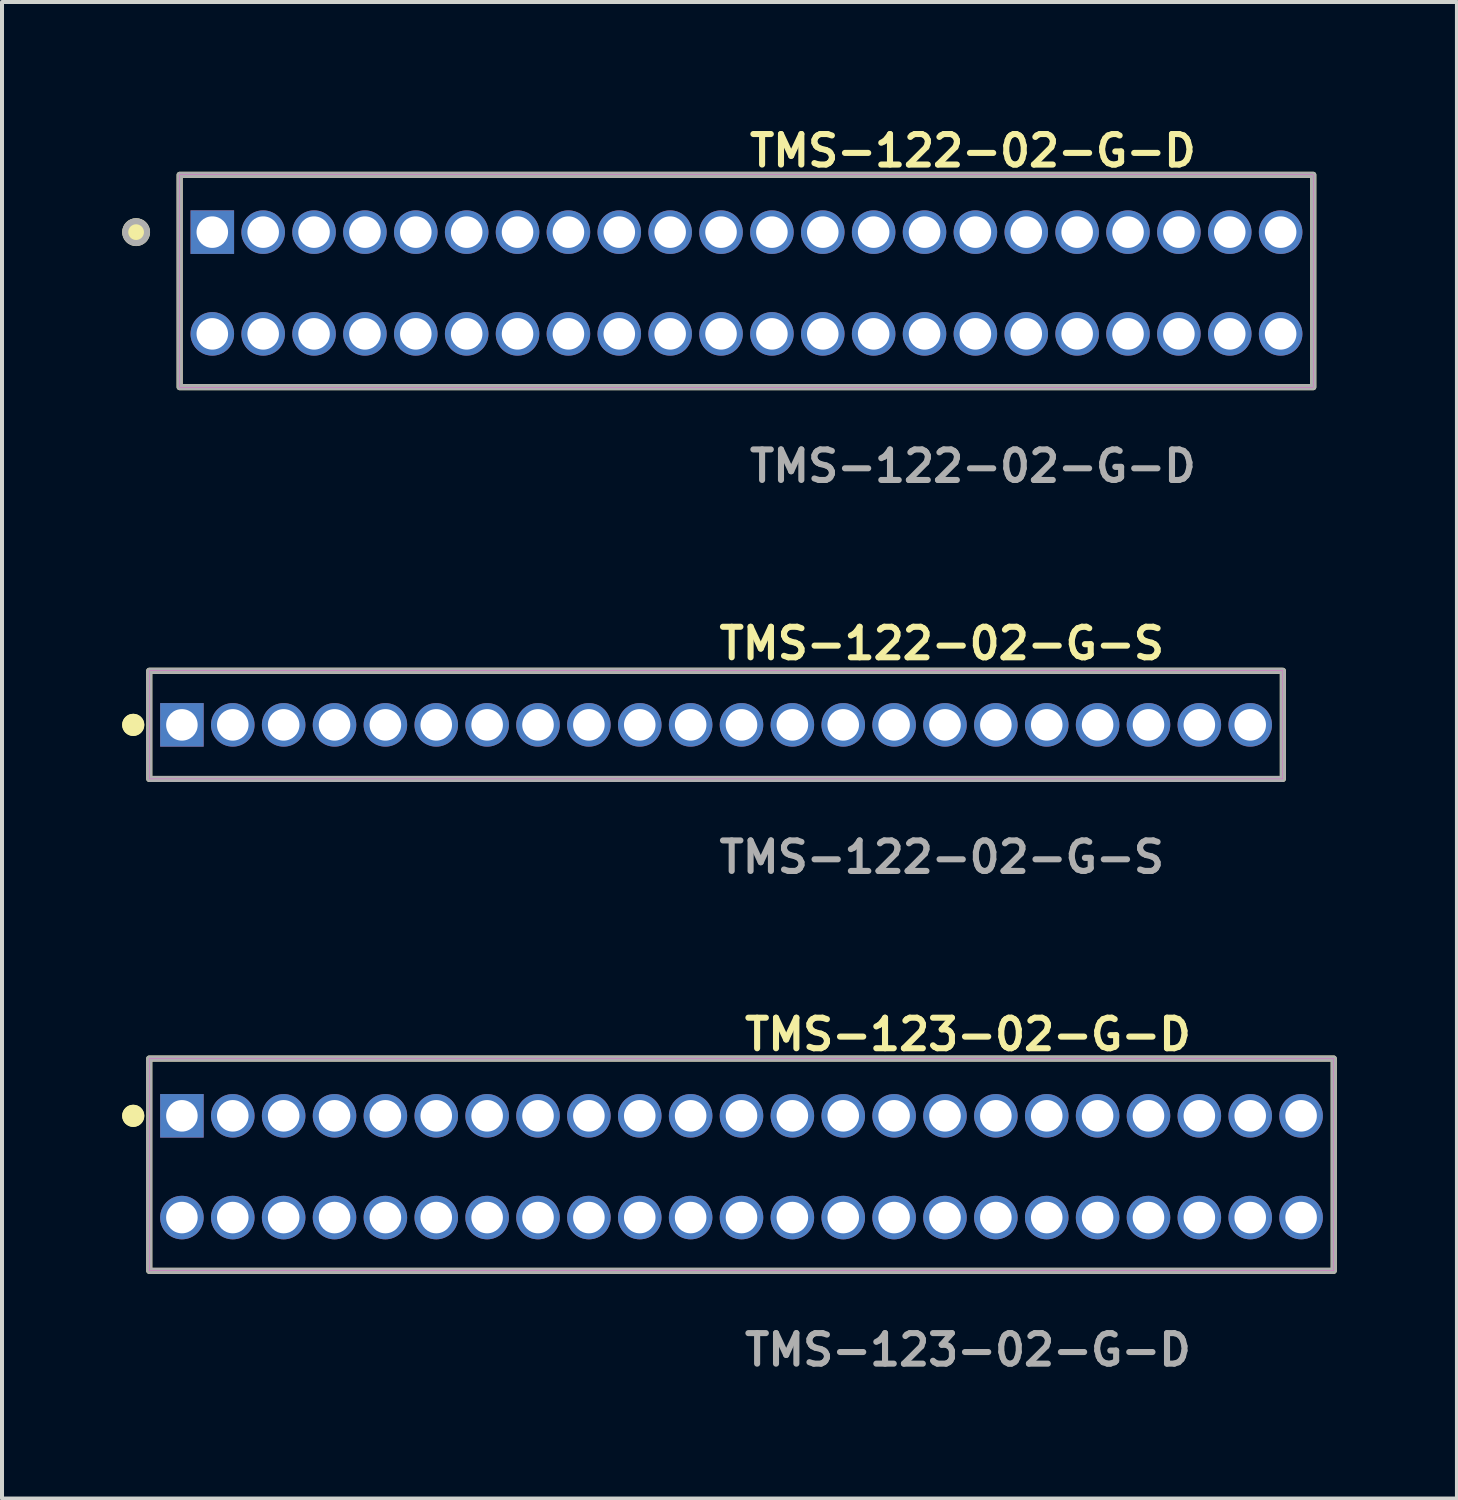
<source format=kicad_pcb>
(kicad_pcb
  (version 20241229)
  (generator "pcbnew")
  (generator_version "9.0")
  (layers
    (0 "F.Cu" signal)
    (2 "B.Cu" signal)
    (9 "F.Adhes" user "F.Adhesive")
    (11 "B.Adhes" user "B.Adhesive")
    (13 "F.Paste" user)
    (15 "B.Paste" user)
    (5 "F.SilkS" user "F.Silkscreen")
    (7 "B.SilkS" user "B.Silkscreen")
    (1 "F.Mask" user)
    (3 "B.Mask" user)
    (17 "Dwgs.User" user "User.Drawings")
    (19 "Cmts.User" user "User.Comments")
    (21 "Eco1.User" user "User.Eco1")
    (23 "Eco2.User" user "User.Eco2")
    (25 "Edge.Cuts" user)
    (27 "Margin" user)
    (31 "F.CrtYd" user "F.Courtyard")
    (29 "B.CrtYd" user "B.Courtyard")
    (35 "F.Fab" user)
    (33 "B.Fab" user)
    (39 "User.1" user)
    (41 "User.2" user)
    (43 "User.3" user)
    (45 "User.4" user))
  (footprint "TMS-122-02-G-D"
    (layer "F.Cu")
    (at 15.585 4.015)
    (property "Reference" "TMS-122-02-G-D" (at 0 -3.302 0) (unlocked yes) (layer "F.SilkS") (effects (font (size 0.762 0.762) (thickness 0.152)) (justify left)))
    (fp_rect (start -14.15 2.6) (end 14.15 -2.7) (stroke (width 0.152) (type solid)) (fill no) (layer "F.SilkS"))
    (fp_circle (center -15.237 -1.27) (end -15.509 -1.27) (stroke (width 0.152) (type solid)) (fill yes) (layer "F.SilkS"))
    (fp_rect (start -14.15 2.6) (end 14.15 -2.7) (stroke (width 0.006) (type solid)) (fill no) (layer "F.CrtYd"))
    (fp_rect (start -14.15 2.6) (end 14.15 -2.7) (stroke (width 0.152) (type solid)) (fill no) (layer "F.Fab"))
    (fp_circle (center -15.237 -1.27) (end -15.509 -1.27) (stroke (width 0.152) (type solid)) (fill no) (layer "F.Fab"))
    (fp_text user "${REFERENCE}" (at 0 4.572 0) (unlocked yes) (layer "F.Fab") (effects (font (size 0.762 0.762) (thickness 0.152)) (justify left)))
    (pad "1" thru_hole rect (at -13.335 -1.27) (size 1.087 1.087) (drill 0.787) (layers "*.Cu" "*.Mask"))
    (pad "2" thru_hole circle (at -13.335 1.27) (size 1.087 1.087) (drill 0.787) (layers "*.Cu" "*.Mask"))
    (pad "3" thru_hole circle (at -12.065 -1.27) (size 1.087 1.087) (drill 0.787) (layers "*.Cu" "*.Mask"))
    (pad "4" thru_hole circle (at -12.065 1.27) (size 1.087 1.087) (drill 0.787) (layers "*.Cu" "*.Mask"))
    (pad "5" thru_hole circle (at -10.795 -1.27) (size 1.087 1.087) (drill 0.787) (layers "*.Cu" "*.Mask"))
    (pad "6" thru_hole circle (at -10.795 1.27) (size 1.087 1.087) (drill 0.787) (layers "*.Cu" "*.Mask"))
    (pad "7" thru_hole circle (at -9.525 -1.27) (size 1.087 1.087) (drill 0.787) (layers "*.Cu" "*.Mask"))
    (pad "8" thru_hole circle (at -9.525 1.27) (size 1.087 1.087) (drill 0.787) (layers "*.Cu" "*.Mask"))
    (pad "9" thru_hole circle (at -8.255 -1.27) (size 1.087 1.087) (drill 0.787) (layers "*.Cu" "*.Mask"))
    (pad "10" thru_hole circle (at -8.255 1.27) (size 1.087 1.087) (drill 0.787) (layers "*.Cu" "*.Mask"))
    (pad "11" thru_hole circle (at -6.985 -1.27) (size 1.087 1.087) (drill 0.787) (layers "*.Cu" "*.Mask"))
    (pad "12" thru_hole circle (at -6.985 1.27) (size 1.087 1.087) (drill 0.787) (layers "*.Cu" "*.Mask"))
    (pad "13" thru_hole circle (at -5.715 -1.27) (size 1.087 1.087) (drill 0.787) (layers "*.Cu" "*.Mask"))
    (pad "14" thru_hole circle (at -5.715 1.27) (size 1.087 1.087) (drill 0.787) (layers "*.Cu" "*.Mask"))
    (pad "15" thru_hole circle (at -4.445 -1.27) (size 1.087 1.087) (drill 0.787) (layers "*.Cu" "*.Mask"))
    (pad "16" thru_hole circle (at -4.445 1.27) (size 1.087 1.087) (drill 0.787) (layers "*.Cu" "*.Mask"))
    (pad "17" thru_hole circle (at -3.175 -1.27) (size 1.087 1.087) (drill 0.787) (layers "*.Cu" "*.Mask"))
    (pad "18" thru_hole circle (at -3.175 1.27) (size 1.087 1.087) (drill 0.787) (layers "*.Cu" "*.Mask"))
    (pad "19" thru_hole circle (at -1.905 -1.27) (size 1.087 1.087) (drill 0.787) (layers "*.Cu" "*.Mask"))
    (pad "20" thru_hole circle (at -1.905 1.27) (size 1.087 1.087) (drill 0.787) (layers "*.Cu" "*.Mask"))
    (pad "21" thru_hole circle (at -0.635 -1.27) (size 1.087 1.087) (drill 0.787) (layers "*.Cu" "*.Mask"))
    (pad "22" thru_hole circle (at -0.635 1.27) (size 1.087 1.087) (drill 0.787) (layers "*.Cu" "*.Mask"))
    (pad "23" thru_hole circle (at 0.635 -1.27) (size 1.087 1.087) (drill 0.787) (layers "*.Cu" "*.Mask"))
    (pad "24" thru_hole circle (at 0.635 1.27) (size 1.087 1.087) (drill 0.787) (layers "*.Cu" "*.Mask"))
    (pad "25" thru_hole circle (at 1.905 -1.27) (size 1.087 1.087) (drill 0.787) (layers "*.Cu" "*.Mask"))
    (pad "26" thru_hole circle (at 1.905 1.27) (size 1.087 1.087) (drill 0.787) (layers "*.Cu" "*.Mask"))
    (pad "27" thru_hole circle (at 3.175 -1.27) (size 1.087 1.087) (drill 0.787) (layers "*.Cu" "*.Mask"))
    (pad "28" thru_hole circle (at 3.175 1.27) (size 1.087 1.087) (drill 0.787) (layers "*.Cu" "*.Mask"))
    (pad "29" thru_hole circle (at 4.445 -1.27) (size 1.087 1.087) (drill 0.787) (layers "*.Cu" "*.Mask"))
    (pad "30" thru_hole circle (at 4.445 1.27) (size 1.087 1.087) (drill 0.787) (layers "*.Cu" "*.Mask"))
    (pad "31" thru_hole circle (at 5.715 -1.27) (size 1.087 1.087) (drill 0.787) (layers "*.Cu" "*.Mask"))
    (pad "32" thru_hole circle (at 5.715 1.27) (size 1.087 1.087) (drill 0.787) (layers "*.Cu" "*.Mask"))
    (pad "33" thru_hole circle (at 6.985 -1.27) (size 1.087 1.087) (drill 0.787) (layers "*.Cu" "*.Mask"))
    (pad "34" thru_hole circle (at 6.985 1.27) (size 1.087 1.087) (drill 0.787) (layers "*.Cu" "*.Mask"))
    (pad "35" thru_hole circle (at 8.255 -1.27) (size 1.087 1.087) (drill 0.787) (layers "*.Cu" "*.Mask"))
    (pad "36" thru_hole circle (at 8.255 1.27) (size 1.087 1.087) (drill 0.787) (layers "*.Cu" "*.Mask"))
    (pad "37" thru_hole circle (at 9.525 -1.27) (size 1.087 1.087) (drill 0.787) (layers "*.Cu" "*.Mask"))
    (pad "38" thru_hole circle (at 9.525 1.27) (size 1.087 1.087) (drill 0.787) (layers "*.Cu" "*.Mask"))
    (pad "39" thru_hole circle (at 10.795 -1.27) (size 1.087 1.087) (drill 0.787) (layers "*.Cu" "*.Mask"))
    (pad "40" thru_hole circle (at 10.795 1.27) (size 1.087 1.087) (drill 0.787) (layers "*.Cu" "*.Mask"))
    (pad "41" thru_hole circle (at 12.065 -1.27) (size 1.087 1.087) (drill 0.787) (layers "*.Cu" "*.Mask"))
    (pad "42" thru_hole circle (at 12.065 1.27) (size 1.087 1.087) (drill 0.787) (layers "*.Cu" "*.Mask"))
    (pad "43" thru_hole circle (at 13.335 -1.27) (size 1.087 1.087) (drill 0.787) (layers "*.Cu" "*.Mask"))
    (pad "44" thru_hole circle (at 13.335 1.27) (size 1.087 1.087) (drill 0.787) (layers "*.Cu" "*.Mask")))
  (footprint "TMS-122-02-G-S"
    (layer "F.Cu")
    (at 14.826 15.046)
    (property "Reference" "TMS-122-02-G-S" (at 0 -2.032 0) (unlocked yes) (layer "F.SilkS") (effects (font (size 0.762 0.762) (thickness 0.152)) (justify left)))
    (fp_rect (start -14.15 1.35) (end 14.15 -1.35) (stroke (width 0.152) (type solid)) (fill no) (layer "F.SilkS"))
    (fp_circle (center -14.55 0) (end -14.75 0) (stroke (width 0.152) (type solid)) (fill yes) (layer "F.SilkS"))
    (fp_circle (center -14.55 0) (end -14.75 0) (stroke (width 0.152) (type solid)) (fill yes) (layer "F.SilkS"))
    (fp_rect (start -14.15 1.35) (end 14.15 -1.35) (stroke (width 0.006) (type solid)) (fill no) (layer "F.CrtYd"))
    (fp_rect (start -14.15 1.35) (end 14.15 -1.35) (stroke (width 0.152) (type solid)) (fill no) (layer "F.Fab"))
    (fp_text user "${REFERENCE}" (at 0 3.302 0) (unlocked yes) (layer "F.Fab") (effects (font (size 0.762 0.762) (thickness 0.152)) (justify left)))
    (pad "1" thru_hole rect (at -13.335 0) (size 1.087 1.087) (drill 0.787) (layers "*.Cu" "*.Mask"))
    (pad "2" thru_hole circle (at -12.065 0) (size 1.087 1.087) (drill 0.787) (layers "*.Cu" "*.Mask"))
    (pad "3" thru_hole circle (at -10.795 0) (size 1.087 1.087) (drill 0.787) (layers "*.Cu" "*.Mask"))
    (pad "4" thru_hole circle (at -9.525 0) (size 1.087 1.087) (drill 0.787) (layers "*.Cu" "*.Mask"))
    (pad "5" thru_hole circle (at -8.255 0) (size 1.087 1.087) (drill 0.787) (layers "*.Cu" "*.Mask"))
    (pad "6" thru_hole circle (at -6.985 0) (size 1.087 1.087) (drill 0.787) (layers "*.Cu" "*.Mask"))
    (pad "7" thru_hole circle (at -5.715 0) (size 1.087 1.087) (drill 0.787) (layers "*.Cu" "*.Mask"))
    (pad "8" thru_hole circle (at -4.445 0) (size 1.087 1.087) (drill 0.787) (layers "*.Cu" "*.Mask"))
    (pad "9" thru_hole circle (at -3.175 0) (size 1.087 1.087) (drill 0.787) (layers "*.Cu" "*.Mask"))
    (pad "10" thru_hole circle (at -1.905 0) (size 1.087 1.087) (drill 0.787) (layers "*.Cu" "*.Mask"))
    (pad "11" thru_hole circle (at -0.635 0) (size 1.087 1.087) (drill 0.787) (layers "*.Cu" "*.Mask"))
    (pad "12" thru_hole circle (at 0.635 0) (size 1.087 1.087) (drill 0.787) (layers "*.Cu" "*.Mask"))
    (pad "13" thru_hole circle (at 1.905 0) (size 1.087 1.087) (drill 0.787) (layers "*.Cu" "*.Mask"))
    (pad "14" thru_hole circle (at 3.175 0) (size 1.087 1.087) (drill 0.787) (layers "*.Cu" "*.Mask"))
    (pad "15" thru_hole circle (at 4.445 0) (size 1.087 1.087) (drill 0.787) (layers "*.Cu" "*.Mask"))
    (pad "16" thru_hole circle (at 5.715 0) (size 1.087 1.087) (drill 0.787) (layers "*.Cu" "*.Mask"))
    (pad "17" thru_hole circle (at 6.985 0) (size 1.087 1.087) (drill 0.787) (layers "*.Cu" "*.Mask"))
    (pad "18" thru_hole circle (at 8.255 0) (size 1.087 1.087) (drill 0.787) (layers "*.Cu" "*.Mask"))
    (pad "19" thru_hole circle (at 9.525 0) (size 1.087 1.087) (drill 0.787) (layers "*.Cu" "*.Mask"))
    (pad "20" thru_hole circle (at 10.795 0) (size 1.087 1.087) (drill 0.787) (layers "*.Cu" "*.Mask"))
    (pad "21" thru_hole circle (at 12.065 0) (size 1.087 1.087) (drill 0.787) (layers "*.Cu" "*.Mask"))
    (pad "22" thru_hole circle (at 13.335 0) (size 1.087 1.087) (drill 0.787) (layers "*.Cu" "*.Mask")))
  (footprint "TMS-123-02-G-D"
    (layer "F.Cu")
    (at 15.461 26.076)
    (property "Reference" "TMS-123-02-G-D" (at 0 -3.302 0) (unlocked yes) (layer "F.SilkS") (effects (font (size 0.762 0.762) (thickness 0.152)) (justify left)))
    (fp_rect (start -14.785 2.6) (end 14.785 -2.7) (stroke (width 0.152) (type solid)) (fill no) (layer "F.SilkS"))
    (fp_circle (center -15.185 -1.27) (end -15.385 -1.27) (stroke (width 0.152) (type solid)) (fill yes) (layer "F.SilkS"))
    (fp_circle (center -15.185 -1.27) (end -15.385 -1.27) (stroke (width 0.152) (type solid)) (fill yes) (layer "F.SilkS"))
    (fp_rect (start -14.785 2.6) (end 14.785 -2.7) (stroke (width 0.006) (type solid)) (fill no) (layer "F.CrtYd"))
    (fp_rect (start -14.785 2.6) (end 14.785 -2.7) (stroke (width 0.152) (type solid)) (fill no) (layer "F.Fab"))
    (fp_text user "${REFERENCE}" (at 0 4.572 0) (unlocked yes) (layer "F.Fab") (effects (font (size 0.762 0.762) (thickness 0.152)) (justify left)))
    (pad "1" thru_hole rect (at -13.97 -1.27) (size 1.087 1.087) (drill 0.787) (layers "*.Cu" "*.Mask"))
    (pad "2" thru_hole circle (at -13.97 1.27) (size 1.087 1.087) (drill 0.787) (layers "*.Cu" "*.Mask"))
    (pad "3" thru_hole circle (at -12.7 -1.27) (size 1.087 1.087) (drill 0.787) (layers "*.Cu" "*.Mask"))
    (pad "4" thru_hole circle (at -12.7 1.27) (size 1.087 1.087) (drill 0.787) (layers "*.Cu" "*.Mask"))
    (pad "5" thru_hole circle (at -11.43 -1.27) (size 1.087 1.087) (drill 0.787) (layers "*.Cu" "*.Mask"))
    (pad "6" thru_hole circle (at -11.43 1.27) (size 1.087 1.087) (drill 0.787) (layers "*.Cu" "*.Mask"))
    (pad "7" thru_hole circle (at -10.16 -1.27) (size 1.087 1.087) (drill 0.787) (layers "*.Cu" "*.Mask"))
    (pad "8" thru_hole circle (at -10.16 1.27) (size 1.087 1.087) (drill 0.787) (layers "*.Cu" "*.Mask"))
    (pad "9" thru_hole circle (at -8.89 -1.27) (size 1.087 1.087) (drill 0.787) (layers "*.Cu" "*.Mask"))
    (pad "10" thru_hole circle (at -8.89 1.27) (size 1.087 1.087) (drill 0.787) (layers "*.Cu" "*.Mask"))
    (pad "11" thru_hole circle (at -7.62 -1.27) (size 1.087 1.087) (drill 0.787) (layers "*.Cu" "*.Mask"))
    (pad "12" thru_hole circle (at -7.62 1.27) (size 1.087 1.087) (drill 0.787) (layers "*.Cu" "*.Mask"))
    (pad "13" thru_hole circle (at -6.35 -1.27) (size 1.087 1.087) (drill 0.787) (layers "*.Cu" "*.Mask"))
    (pad "14" thru_hole circle (at -6.35 1.27) (size 1.087 1.087) (drill 0.787) (layers "*.Cu" "*.Mask"))
    (pad "15" thru_hole circle (at -5.08 -1.27) (size 1.087 1.087) (drill 0.787) (layers "*.Cu" "*.Mask"))
    (pad "16" thru_hole circle (at -5.08 1.27) (size 1.087 1.087) (drill 0.787) (layers "*.Cu" "*.Mask"))
    (pad "17" thru_hole circle (at -3.81 -1.27) (size 1.087 1.087) (drill 0.787) (layers "*.Cu" "*.Mask"))
    (pad "18" thru_hole circle (at -3.81 1.27) (size 1.087 1.087) (drill 0.787) (layers "*.Cu" "*.Mask"))
    (pad "19" thru_hole circle (at -2.54 -1.27) (size 1.087 1.087) (drill 0.787) (layers "*.Cu" "*.Mask"))
    (pad "20" thru_hole circle (at -2.54 1.27) (size 1.087 1.087) (drill 0.787) (layers "*.Cu" "*.Mask"))
    (pad "21" thru_hole circle (at -1.27 -1.27) (size 1.087 1.087) (drill 0.787) (layers "*.Cu" "*.Mask"))
    (pad "22" thru_hole circle (at -1.27 1.27) (size 1.087 1.087) (drill 0.787) (layers "*.Cu" "*.Mask"))
    (pad "23" thru_hole circle (at 0 -1.27) (size 1.087 1.087) (drill 0.787) (layers "*.Cu" "*.Mask"))
    (pad "24" thru_hole circle (at 0 1.27) (size 1.087 1.087) (drill 0.787) (layers "*.Cu" "*.Mask"))
    (pad "25" thru_hole circle (at 1.27 -1.27) (size 1.087 1.087) (drill 0.787) (layers "*.Cu" "*.Mask"))
    (pad "26" thru_hole circle (at 1.27 1.27) (size 1.087 1.087) (drill 0.787) (layers "*.Cu" "*.Mask"))
    (pad "27" thru_hole circle (at 2.54 -1.27) (size 1.087 1.087) (drill 0.787) (layers "*.Cu" "*.Mask"))
    (pad "28" thru_hole circle (at 2.54 1.27) (size 1.087 1.087) (drill 0.787) (layers "*.Cu" "*.Mask"))
    (pad "29" thru_hole circle (at 3.81 -1.27) (size 1.087 1.087) (drill 0.787) (layers "*.Cu" "*.Mask"))
    (pad "30" thru_hole circle (at 3.81 1.27) (size 1.087 1.087) (drill 0.787) (layers "*.Cu" "*.Mask"))
    (pad "31" thru_hole circle (at 5.08 -1.27) (size 1.087 1.087) (drill 0.787) (layers "*.Cu" "*.Mask"))
    (pad "32" thru_hole circle (at 5.08 1.27) (size 1.087 1.087) (drill 0.787) (layers "*.Cu" "*.Mask"))
    (pad "33" thru_hole circle (at 6.35 -1.27) (size 1.087 1.087) (drill 0.787) (layers "*.Cu" "*.Mask"))
    (pad "34" thru_hole circle (at 6.35 1.27) (size 1.087 1.087) (drill 0.787) (layers "*.Cu" "*.Mask"))
    (pad "35" thru_hole circle (at 7.62 -1.27) (size 1.087 1.087) (drill 0.787) (layers "*.Cu" "*.Mask"))
    (pad "36" thru_hole circle (at 7.62 1.27) (size 1.087 1.087) (drill 0.787) (layers "*.Cu" "*.Mask"))
    (pad "37" thru_hole circle (at 8.89 -1.27) (size 1.087 1.087) (drill 0.787) (layers "*.Cu" "*.Mask"))
    (pad "38" thru_hole circle (at 8.89 1.27) (size 1.087 1.087) (drill 0.787) (layers "*.Cu" "*.Mask"))
    (pad "39" thru_hole circle (at 10.16 -1.27) (size 1.087 1.087) (drill 0.787) (layers "*.Cu" "*.Mask"))
    (pad "40" thru_hole circle (at 10.16 1.27) (size 1.087 1.087) (drill 0.787) (layers "*.Cu" "*.Mask"))
    (pad "41" thru_hole circle (at 11.43 -1.27) (size 1.087 1.087) (drill 0.787) (layers "*.Cu" "*.Mask"))
    (pad "42" thru_hole circle (at 11.43 1.27) (size 1.087 1.087) (drill 0.787) (layers "*.Cu" "*.Mask"))
    (pad "43" thru_hole circle (at 12.7 -1.27) (size 1.087 1.087) (drill 0.787) (layers "*.Cu" "*.Mask"))
    (pad "44" thru_hole circle (at 12.7 1.27) (size 1.087 1.087) (drill 0.787) (layers "*.Cu" "*.Mask"))
    (pad "45" thru_hole circle (at 13.97 -1.27) (size 1.087 1.087) (drill 0.787) (layers "*.Cu" "*.Mask"))
    (pad "46" thru_hole circle (at 13.97 1.27) (size 1.087 1.087) (drill 0.787) (layers "*.Cu" "*.Mask")))
  (gr_rect
    (start -3 -3)
    (end 33.322 34.361)
    (stroke (width 0.1) (type default))
    (fill no)
    (layer "Edge.Cuts")))
</source>
